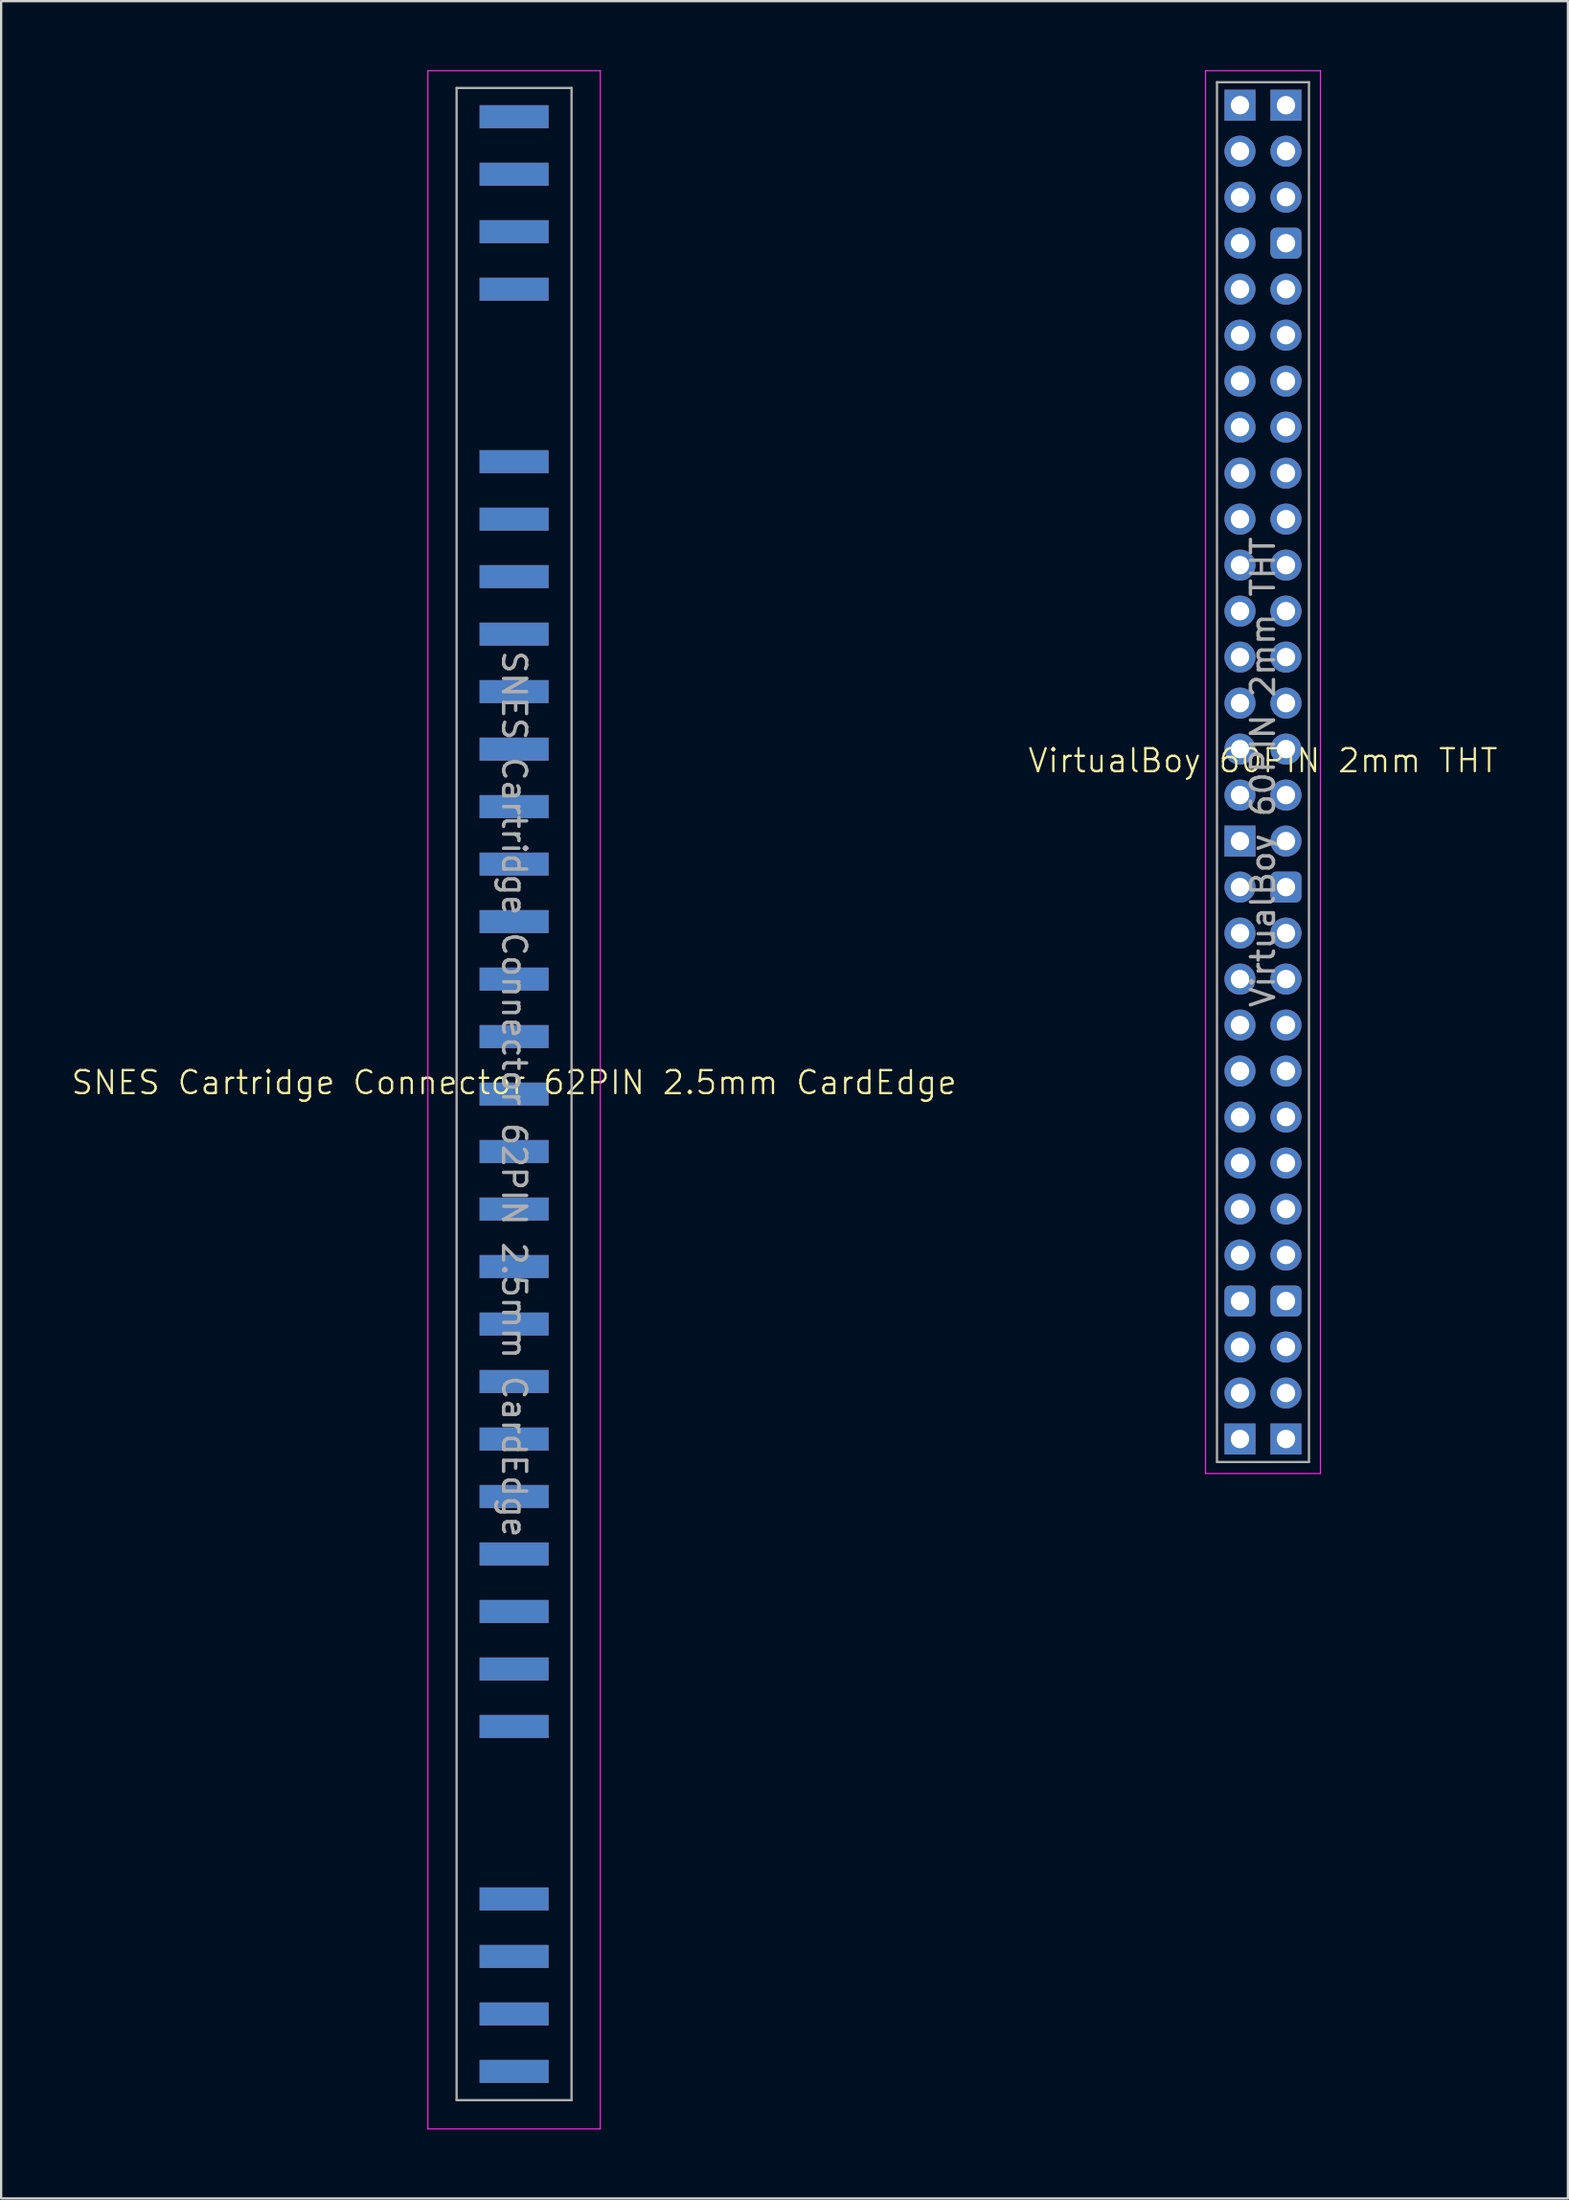
<source format=kicad_pcb>
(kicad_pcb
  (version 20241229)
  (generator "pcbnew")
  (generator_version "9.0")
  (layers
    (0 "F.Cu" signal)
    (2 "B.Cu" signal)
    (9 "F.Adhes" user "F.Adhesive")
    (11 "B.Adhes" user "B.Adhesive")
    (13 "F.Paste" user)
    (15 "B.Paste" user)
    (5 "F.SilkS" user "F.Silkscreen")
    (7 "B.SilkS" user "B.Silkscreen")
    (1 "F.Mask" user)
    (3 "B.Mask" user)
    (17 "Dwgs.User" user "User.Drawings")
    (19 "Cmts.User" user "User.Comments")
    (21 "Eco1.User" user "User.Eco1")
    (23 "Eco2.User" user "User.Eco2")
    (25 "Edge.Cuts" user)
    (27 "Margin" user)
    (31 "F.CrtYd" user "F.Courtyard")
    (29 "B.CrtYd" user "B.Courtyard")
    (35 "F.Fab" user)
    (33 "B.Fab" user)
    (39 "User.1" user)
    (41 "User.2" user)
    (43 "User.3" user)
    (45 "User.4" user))
  (footprint "SNES Cartridge Connector 62PIN 2.5mm CardEdge"
    (layer "F.Cu")
    (at 19.312 44.525)
    (property "Reference" "SNES Cartridge Connector 62PIN 2.5mm CardEdge" (at 0 -0.5 0) (unlocked yes) (layer "F.SilkS") (effects (font (size 1 1) (thickness 0.1))))
    (attr smd)
    (fp_line (start -3.75 -44.5) (end -3.75 45) (stroke (width 0.05) (type default)) (layer "F.CrtYd"))
    (fp_line (start -3.75 -44.5) (end 3.75 -44.5) (stroke (width 0.05) (type solid)) (layer "F.CrtYd"))
    (fp_line (start -3.75 45) (end 3.75 45) (stroke (width 0.05) (type solid)) (layer "F.CrtYd"))
    (fp_line (start 3.75 45) (end 3.75 -44.5) (stroke (width 0.05) (type default)) (layer "F.CrtYd"))
    (fp_line (start -2.5 -43.75) (end -2.5 43.75) (stroke (width 0.1) (type default)) (layer "F.Fab"))
    (fp_line (start -2.5 -43.75) (end 2.5 -43.75) (stroke (width 0.1) (type solid)) (layer "F.Fab"))
    (fp_line (start -2.5 43.75) (end 2.5 43.75) (stroke (width 0.1) (type solid)) (layer "F.Fab"))
    (fp_line (start 2.5 -43.75) (end 2.5 43.75) (stroke (width 0.1) (type default)) (layer "F.Fab"))
    (fp_text user "${REFERENCE}" (at 0 0 270) (unlocked yes) (layer "F.Fab") (effects (font (size 1 1) (thickness 0.15))))
    (pad "1" smd rect (at 0 -42.5) (size 3 1) (layers "F.Cu" "F.Mask" "F.Paste"))
    (pad "2" smd rect (at 0 -40) (size 3 1) (layers "F.Cu" "F.Mask" "F.Paste"))
    (pad "3" smd rect (at 0 -37.5) (size 3 1) (layers "F.Cu" "F.Mask" "F.Paste"))
    (pad "4" smd rect (at 0 -35) (size 3 1) (layers "F.Cu" "F.Mask" "F.Paste"))
    (pad "5" smd rect (at 0 -27.5) (size 3 1) (layers "F.Cu" "F.Mask" "F.Paste"))
    (pad "6" smd rect (at 0 -25) (size 3 1) (layers "F.Cu" "F.Mask" "F.Paste"))
    (pad "7" smd rect (at 0 -22.5) (size 3 1) (layers "F.Cu" "F.Mask" "F.Paste"))
    (pad "8" smd rect (at 0 -20) (size 3 1) (layers "F.Cu" "F.Mask" "F.Paste"))
    (pad "9" smd rect (at 0 -17.5) (size 3 1) (layers "F.Cu" "F.Mask" "F.Paste"))
    (pad "10" smd rect (at 0 -15) (size 3 1) (layers "F.Cu" "F.Mask" "F.Paste"))
    (pad "11" smd rect (at 0 -12.5) (size 3 1) (layers "F.Cu" "F.Mask" "F.Paste"))
    (pad "12" smd rect (at 0 -10) (size 3 1) (layers "F.Cu" "F.Mask" "F.Paste"))
    (pad "13" smd rect (at 0 -7.5) (size 3 1) (layers "F.Cu" "F.Mask" "F.Paste"))
    (pad "14" smd rect (at 0 -5) (size 3 1) (layers "F.Cu" "F.Mask" "F.Paste"))
    (pad "15" smd rect (at 0 -2.5) (size 3 1) (layers "F.Cu" "F.Mask" "F.Paste"))
    (pad "16" smd rect (at 0 0) (size 3 1) (layers "F.Cu" "F.Mask" "F.Paste"))
    (pad "17" smd rect (at 0 2.5) (size 3 1) (layers "F.Cu" "F.Mask" "F.Paste"))
    (pad "18" smd rect (at 0 5) (size 3 1) (layers "F.Cu" "F.Mask" "F.Paste"))
    (pad "19" smd rect (at 0 7.5) (size 3 1) (layers "F.Cu" "F.Mask" "F.Paste"))
    (pad "20" smd rect (at 0 10) (size 3 1) (layers "F.Cu" "F.Mask" "F.Paste"))
    (pad "21" smd rect (at 0 12.5) (size 3 1) (layers "F.Cu" "F.Mask" "F.Paste"))
    (pad "22" smd rect (at 0 15) (size 3 1) (layers "F.Cu" "F.Mask" "F.Paste"))
    (pad "23" smd rect (at 0 17.5) (size 3 1) (layers "F.Cu" "F.Mask" "F.Paste"))
    (pad "24" smd rect (at 0 20) (size 3 1) (layers "F.Cu" "F.Mask" "F.Paste"))
    (pad "25" smd rect (at 0 22.5) (size 3 1) (layers "F.Cu" "F.Mask" "F.Paste"))
    (pad "26" smd rect (at 0 25) (size 3 1) (layers "F.Cu" "F.Mask" "F.Paste"))
    (pad "27" smd rect (at 0 27.5) (size 3 1) (layers "F.Cu" "F.Mask" "F.Paste"))
    (pad "28" smd rect (at 0 35) (size 3 1) (layers "F.Cu" "F.Mask" "F.Paste"))
    (pad "29" smd rect (at 0 37.5) (size 3 1) (layers "F.Cu" "F.Mask" "F.Paste"))
    (pad "30" smd rect (at 0 40) (size 3 1) (layers "F.Cu" "F.Mask" "F.Paste"))
    (pad "31" smd rect (at 0 42.5) (size 3 1) (layers "F.Cu" "F.Mask" "F.Paste"))
    (pad "32" smd rect (at 0 -42.5) (size 3 1) (layers "B.Cu" "B.Mask" "B.Paste"))
    (pad "33" smd rect (at 0 -40) (size 3 1) (layers "B.Cu" "B.Mask" "B.Paste"))
    (pad "34" smd rect (at 0 -37.5) (size 3 1) (layers "B.Cu" "B.Mask" "B.Paste"))
    (pad "35" smd rect (at 0 -35) (size 3 1) (layers "B.Cu" "B.Mask" "B.Paste"))
    (pad "36" smd rect (at 0 -27.5) (size 3 1) (layers "B.Cu" "B.Mask" "B.Paste"))
    (pad "37" smd rect (at 0 -25) (size 3 1) (layers "B.Cu" "B.Mask" "B.Paste"))
    (pad "38" smd rect (at 0 -22.5) (size 3 1) (layers "B.Cu" "B.Mask" "B.Paste"))
    (pad "39" smd rect (at 0 -20) (size 3 1) (layers "B.Cu" "B.Mask" "B.Paste"))
    (pad "40" smd rect (at 0 -17.5) (size 3 1) (layers "B.Cu" "B.Mask" "B.Paste"))
    (pad "41" smd rect (at 0 -15) (size 3 1) (layers "B.Cu" "B.Mask" "B.Paste"))
    (pad "42" smd rect (at 0 -12.5) (size 3 1) (layers "B.Cu" "B.Mask" "B.Paste"))
    (pad "43" smd rect (at 0 -10) (size 3 1) (layers "B.Cu" "B.Mask" "B.Paste"))
    (pad "44" smd rect (at 0 -7.5) (size 3 1) (layers "B.Cu" "B.Mask" "B.Paste"))
    (pad "45" smd rect (at 0 -5) (size 3 1) (layers "B.Cu" "B.Mask" "B.Paste"))
    (pad "46" smd rect (at 0 -2.5) (size 3 1) (layers "B.Cu" "B.Mask" "B.Paste"))
    (pad "47" smd rect (at 0 0) (size 3 1) (layers "B.Cu" "B.Mask" "B.Paste"))
    (pad "48" smd rect (at 0 2.5) (size 3 1) (layers "B.Cu" "B.Mask" "B.Paste"))
    (pad "49" smd rect (at 0 5) (size 3 1) (layers "B.Cu" "B.Mask" "B.Paste"))
    (pad "50" smd rect (at 0 7.5) (size 3 1) (layers "B.Cu" "B.Mask" "B.Paste"))
    (pad "51" smd rect (at 0 10) (size 3 1) (layers "B.Cu" "B.Mask" "B.Paste"))
    (pad "52" smd rect (at 0 12.5) (size 3 1) (layers "B.Cu" "B.Mask" "B.Paste"))
    (pad "53" smd rect (at 0 15) (size 3 1) (layers "B.Cu" "B.Mask" "B.Paste"))
    (pad "54" smd rect (at 0 17.5) (size 3 1) (layers "B.Cu" "B.Mask" "B.Paste"))
    (pad "55" smd rect (at 0 20) (size 3 1) (layers "B.Cu" "B.Mask" "B.Paste"))
    (pad "56" smd rect (at 0 22.5) (size 3 1) (layers "B.Cu" "B.Mask" "B.Paste"))
    (pad "57" smd rect (at 0 25) (size 3 1) (layers "B.Cu" "B.Mask" "B.Paste"))
    (pad "58" smd rect (at 0 27.5) (size 3 1) (layers "B.Cu" "B.Mask" "B.Paste"))
    (pad "59" smd rect (at 0 35) (size 3 1) (layers "B.Cu" "B.Mask" "B.Paste"))
    (pad "60" smd rect (at 0 37.5) (size 3 1) (layers "B.Cu" "B.Mask" "B.Paste"))
    (pad "61" smd rect (at 0 40) (size 3 1) (layers "B.Cu" "B.Mask" "B.Paste"))
    (pad "62" smd rect (at 0 42.5) (size 3 1) (layers "B.Cu" "B.Mask" "B.Paste")))
  (footprint "VirtualBoy 60PIN 2mm THT"
    (layer "F.Cu")
    (at 51.888 30.525)
    (property "Reference" "VirtualBoy 60PIN 2mm THT" (at 0 -0.5 0) (unlocked yes) (layer "F.SilkS") (effects (font (size 1 1) (thickness 0.1))))
    (attr smd)
    (fp_line (start -2.5 -30.5) (end -2.5 30.5) (stroke (width 0.05) (type solid)) (layer "F.CrtYd"))
    (fp_line (start -2.5 30.5) (end 2.5 30.5) (stroke (width 0.05) (type solid)) (layer "F.CrtYd"))
    (fp_line (start 2.5 -30.5) (end -2.5 -30.5) (stroke (width 0.05) (type solid)) (layer "F.CrtYd"))
    (fp_line (start 2.5 30.5) (end 2.5 -30.5) (stroke (width 0.05) (type solid)) (layer "F.CrtYd"))
    (fp_line (start -2 -30) (end 2 -30) (stroke (width 0.1) (type solid)) (layer "F.Fab"))
    (fp_line (start -2 30) (end -2 -30) (stroke (width 0.1) (type solid)) (layer "F.Fab"))
    (fp_line (start 2 -30) (end 2 30) (stroke (width 0.1) (type solid)) (layer "F.Fab"))
    (fp_line (start 2 30) (end -2 30) (stroke (width 0.1) (type solid)) (layer "F.Fab"))
    (fp_text user "${REFERENCE}" (at 0 0 90) (layer "F.Fab") (effects (font (size 1 1) (thickness 0.15))))
    (pad "1" thru_hole rect (at -1 -29) (size 1.35 1.35) (drill 0.8) (layers "*.Cu" "*.Mask"))
    (pad "2" thru_hole rect (at 1 -29) (size 1.35 1.35) (drill 0.8) (layers "*.Cu" "*.Mask"))
    (pad "3" thru_hole circle (at -1 -27) (size 1.35 1.35) (drill 0.8) (layers "*.Cu" "*.Mask"))
    (pad "4" thru_hole circle (at 1 -27) (size 1.35 1.35) (drill 0.8) (layers "*.Cu" "*.Mask"))
    (pad "5" thru_hole circle (at -1 -25) (size 1.35 1.35) (drill 0.8) (layers "*.Cu" "*.Mask"))
    (pad "6" thru_hole circle (at 1 -25) (size 1.35 1.35) (drill 0.8) (layers "*.Cu" "*.Mask"))
    (pad "7" thru_hole circle (at -1 -23) (size 1.35 1.35) (drill 0.8) (layers "*.Cu" "*.Mask"))
    (pad "8" thru_hole roundrect (at 1 -23) (size 1.35 1.35) (drill 0.8) (layers "*.Cu" "*.Mask") (roundrect_rratio 0.185))
    (pad "9" thru_hole circle (at -1 -21) (size 1.35 1.35) (drill 0.8) (layers "*.Cu" "*.Mask"))
    (pad "10" thru_hole circle (at 1 -21) (size 1.35 1.35) (drill 0.8) (layers "*.Cu" "*.Mask"))
    (pad "11" thru_hole circle (at -1 -19) (size 1.35 1.35) (drill 0.8) (layers "*.Cu" "*.Mask"))
    (pad "12" thru_hole circle (at 1 -19) (size 1.35 1.35) (drill 0.8) (layers "*.Cu" "*.Mask"))
    (pad "13" thru_hole circle (at -1 -17) (size 1.35 1.35) (drill 0.8) (layers "*.Cu" "*.Mask"))
    (pad "14" thru_hole circle (at 1 -17) (size 1.35 1.35) (drill 0.8) (layers "*.Cu" "*.Mask"))
    (pad "15" thru_hole circle (at -1 -15) (size 1.35 1.35) (drill 0.8) (layers "*.Cu" "*.Mask"))
    (pad "16" thru_hole circle (at 1 -15) (size 1.35 1.35) (drill 0.8) (layers "*.Cu" "*.Mask"))
    (pad "17" thru_hole circle (at -1 -13) (size 1.35 1.35) (drill 0.8) (layers "*.Cu" "*.Mask"))
    (pad "18" thru_hole circle (at 1 -13) (size 1.35 1.35) (drill 0.8) (layers "*.Cu" "*.Mask"))
    (pad "19" thru_hole circle (at -1 -11) (size 1.35 1.35) (drill 0.8) (layers "*.Cu" "*.Mask"))
    (pad "20" thru_hole circle (at 1 -11) (size 1.35 1.35) (drill 0.8) (layers "*.Cu" "*.Mask"))
    (pad "21" thru_hole circle (at -1 -9) (size 1.35 1.35) (drill 0.8) (layers "*.Cu" "*.Mask"))
    (pad "22" thru_hole circle (at 1 -9) (size 1.35 1.35) (drill 0.8) (layers "*.Cu" "*.Mask"))
    (pad "23" thru_hole circle (at -1 -7) (size 1.35 1.35) (drill 0.8) (layers "*.Cu" "*.Mask"))
    (pad "24" thru_hole circle (at 1 -7) (size 1.35 1.35) (drill 0.8) (layers "*.Cu" "*.Mask"))
    (pad "25" thru_hole circle (at -1 -5) (size 1.35 1.35) (drill 0.8) (layers "*.Cu" "*.Mask"))
    (pad "26" thru_hole circle (at 1 -5) (size 1.35 1.35) (drill 0.8) (layers "*.Cu" "*.Mask"))
    (pad "27" thru_hole circle (at -1 -3) (size 1.35 1.35) (drill 0.8) (layers "*.Cu" "*.Mask"))
    (pad "28" thru_hole circle (at 1 -3) (size 1.35 1.35) (drill 0.8) (layers "*.Cu" "*.Mask"))
    (pad "29" thru_hole circle (at -1 -1) (size 1.35 1.35) (drill 0.8) (layers "*.Cu" "*.Mask"))
    (pad "30" thru_hole circle (at 1 -1) (size 1.35 1.35) (drill 0.8) (layers "*.Cu" "*.Mask"))
    (pad "31" thru_hole circle (at -1 1) (size 1.35 1.35) (drill 0.8) (layers "*.Cu" "*.Mask"))
    (pad "32" thru_hole circle (at 1 1) (size 1.35 1.35) (drill 0.8) (layers "*.Cu" "*.Mask"))
    (pad "33" thru_hole rect (at -1 3) (size 1.35 1.35) (drill 0.8) (layers "*.Cu" "*.Mask"))
    (pad "34" thru_hole circle (at 1 3) (size 1.35 1.35) (drill 0.8) (layers "*.Cu" "*.Mask"))
    (pad "35" thru_hole circle (at -1 5) (size 1.35 1.35) (drill 0.8) (layers "*.Cu" "*.Mask"))
    (pad "36" thru_hole roundrect (at 1 5) (size 1.35 1.35) (drill 0.8) (layers "*.Cu" "*.Mask") (roundrect_rratio 0.185))
    (pad "37" thru_hole circle (at -1 7) (size 1.35 1.35) (drill 0.8) (layers "*.Cu" "*.Mask"))
    (pad "38" thru_hole circle (at 1 7) (size 1.35 1.35) (drill 0.8) (layers "*.Cu" "*.Mask"))
    (pad "39" thru_hole circle (at -1 9) (size 1.35 1.35) (drill 0.8) (layers "*.Cu" "*.Mask"))
    (pad "40" thru_hole circle (at 1 9) (size 1.35 1.35) (drill 0.8) (layers "*.Cu" "*.Mask"))
    (pad "41" thru_hole circle (at -1 11) (size 1.35 1.35) (drill 0.8) (layers "*.Cu" "*.Mask"))
    (pad "42" thru_hole circle (at 1 11) (size 1.35 1.35) (drill 0.8) (layers "*.Cu" "*.Mask"))
    (pad "43" thru_hole circle (at -1 13) (size 1.35 1.35) (drill 0.8) (layers "*.Cu" "*.Mask"))
    (pad "44" thru_hole circle (at 1 13) (size 1.35 1.35) (drill 0.8) (layers "*.Cu" "*.Mask"))
    (pad "45" thru_hole circle (at -1 15) (size 1.35 1.35) (drill 0.8) (layers "*.Cu" "*.Mask"))
    (pad "46" thru_hole circle (at 1 15) (size 1.35 1.35) (drill 0.8) (layers "*.Cu" "*.Mask"))
    (pad "47" thru_hole circle (at -1 17) (size 1.35 1.35) (drill 0.8) (layers "*.Cu" "*.Mask"))
    (pad "48" thru_hole circle (at 1 17) (size 1.35 1.35) (drill 0.8) (layers "*.Cu" "*.Mask"))
    (pad "49" thru_hole circle (at -1 19) (size 1.35 1.35) (drill 0.8) (layers "*.Cu" "*.Mask"))
    (pad "50" thru_hole circle (at 1 19) (size 1.35 1.35) (drill 0.8) (layers "*.Cu" "*.Mask"))
    (pad "51" thru_hole circle (at -1 21) (size 1.35 1.35) (drill 0.8) (layers "*.Cu" "*.Mask"))
    (pad "52" thru_hole circle (at 1 21) (size 1.35 1.35) (drill 0.8) (layers "*.Cu" "*.Mask"))
    (pad "53" thru_hole roundrect (at -1 23) (size 1.35 1.35) (drill 0.8) (layers "*.Cu" "*.Mask") (roundrect_rratio 0.185))
    (pad "54" thru_hole roundrect (at 1 23) (size 1.35 1.35) (drill 0.8) (layers "*.Cu" "*.Mask") (roundrect_rratio 0.185))
    (pad "55" thru_hole circle (at -1 25) (size 1.35 1.35) (drill 0.8) (layers "*.Cu" "*.Mask"))
    (pad "56" thru_hole circle (at 1 25) (size 1.35 1.35) (drill 0.8) (layers "*.Cu" "*.Mask"))
    (pad "57" thru_hole circle (at -1 27) (size 1.35 1.35) (drill 0.8) (layers "*.Cu" "*.Mask"))
    (pad "58" thru_hole circle (at 1 27) (size 1.35 1.35) (drill 0.8) (layers "*.Cu" "*.Mask"))
    (pad "59" thru_hole rect (at -1 29) (size 1.35 1.35) (drill 0.8) (layers "*.Cu" "*.Mask"))
    (pad "60" thru_hole rect (at 1 29) (size 1.35 1.35) (drill 0.8) (layers "*.Cu" "*.Mask")))
  (gr_rect
    (start -3 -3)
    (end 65.152 92.55)
    (stroke (width 0.1) (type default))
    (fill no)
    (layer "Edge.Cuts")))
</source>
